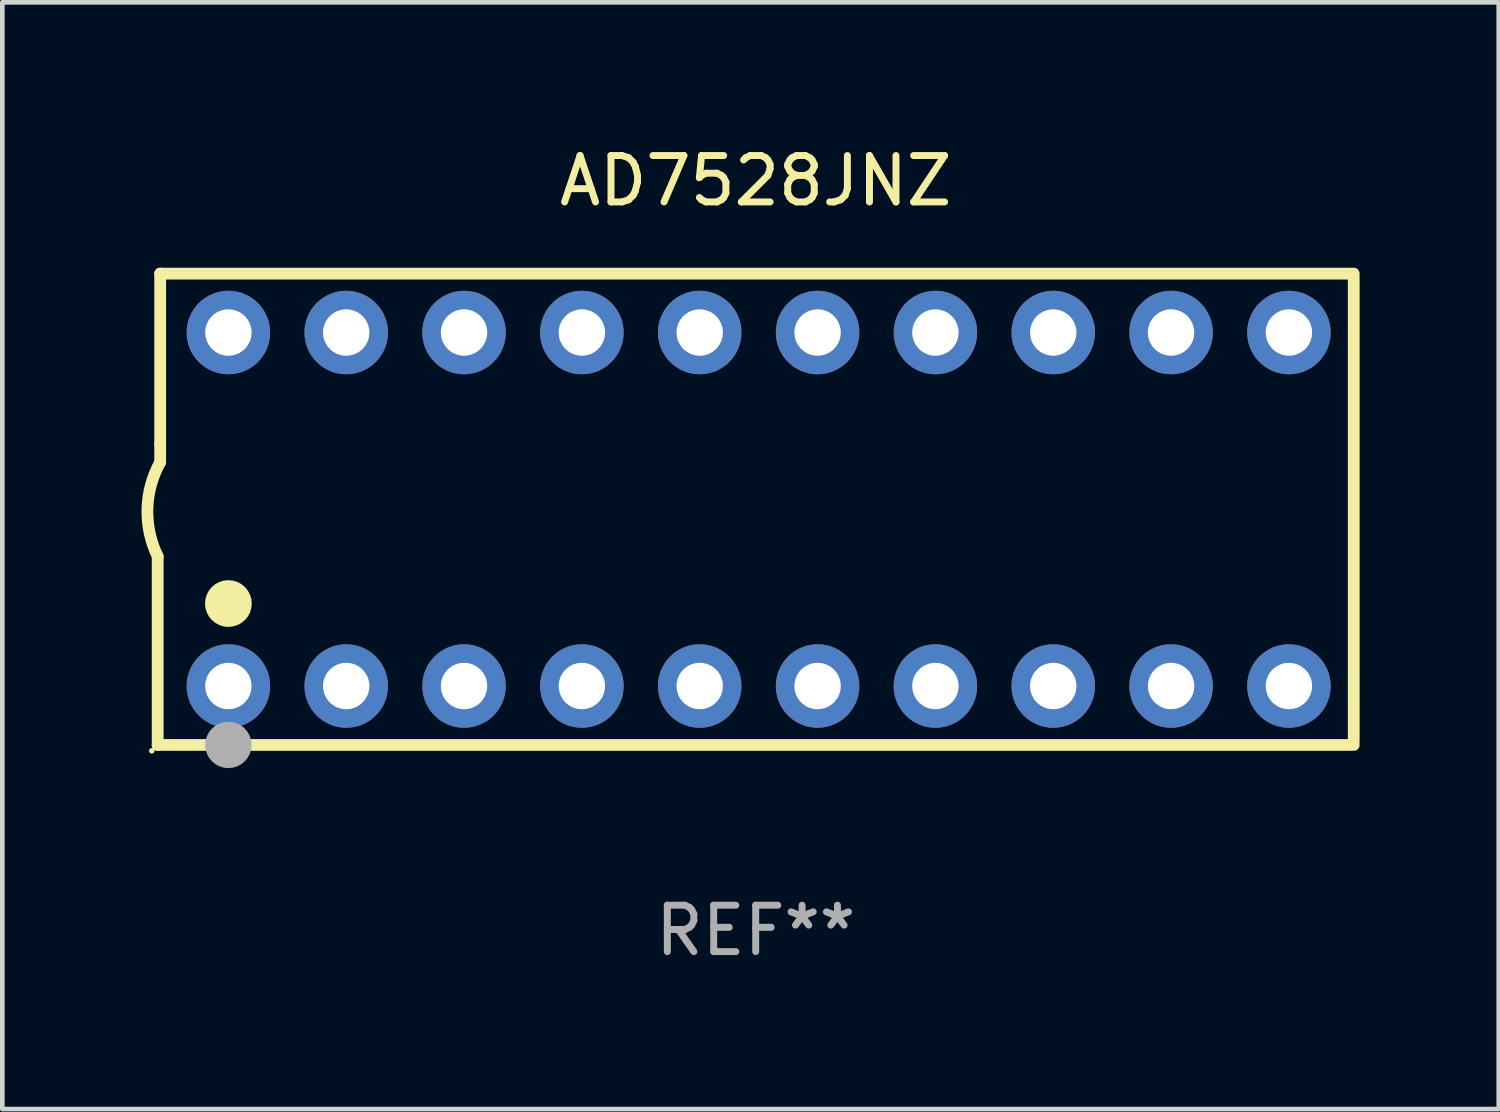
<source format=kicad_pcb>
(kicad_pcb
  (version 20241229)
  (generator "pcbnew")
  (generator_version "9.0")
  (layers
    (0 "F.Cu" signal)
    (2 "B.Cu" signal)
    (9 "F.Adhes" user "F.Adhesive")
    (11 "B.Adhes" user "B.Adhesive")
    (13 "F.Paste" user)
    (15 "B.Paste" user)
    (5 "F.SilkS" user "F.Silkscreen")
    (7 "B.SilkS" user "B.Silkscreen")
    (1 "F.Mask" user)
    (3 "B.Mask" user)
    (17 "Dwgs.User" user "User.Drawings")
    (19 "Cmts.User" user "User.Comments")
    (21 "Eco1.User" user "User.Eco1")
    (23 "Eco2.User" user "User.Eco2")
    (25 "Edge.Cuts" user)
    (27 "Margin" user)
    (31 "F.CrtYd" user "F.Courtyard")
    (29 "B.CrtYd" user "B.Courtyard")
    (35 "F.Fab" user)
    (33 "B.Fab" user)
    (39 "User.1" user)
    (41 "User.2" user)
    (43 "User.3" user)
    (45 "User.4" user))
  (footprint "AD7528JNZ"
    (layer "F.Cu")
    (at 13.24 7.928)
    (property "Reference" "AD7528JNZ" (at 0 -7.08 0) (layer "F.SilkS") (effects (font (size 1 1) (thickness 0.15))))
    (attr through_hole)
    (fp_line (start -12.891 5.08) (end -12.891 1.016) (stroke (width 0.254) (type solid)) (layer "F.SilkS"))
    (fp_line (start -12.891 5.08) (end 12.891 5.08) (stroke (width 0.254) (type solid)) (layer "F.SilkS"))
    (fp_line (start -12.837 -5.08) (end -12.837 -1.397) (stroke (width 0.254) (type solid)) (layer "F.SilkS"))
    (fp_line (start -12.837 -5.08) (end 12.891 -5.08) (stroke (width 0.254) (type solid)) (layer "F.SilkS"))
    (fp_line (start -12.837 -1.397) (end -12.837 -1.016) (stroke (width 0.254) (type solid)) (layer "F.SilkS"))
    (fp_line (start 12.891 -5) (end 12.891 5) (stroke (width 0.254) (type solid)) (layer "F.SilkS"))
    (fp_arc (start -12.890526 1.016002) (mid -13.111945 -0.006602) (end -12.836525 -1.016002) (stroke (width 0.254001) (type solid)) (layer "F.SilkS"))
    (fp_circle (center -13.018 5.207) (end -12.988 5.207) (stroke (width 0.06) (type solid)) (fill no) (layer "F.SilkS"))
    (fp_circle (center -11.367 2.032) (end -11.113 2.032) (stroke (width 0.5) (type solid)) (fill no) (layer "F.SilkS"))
    (fp_circle (center -11.367 5.08) (end -11.117 5.08) (stroke (width 0.5) (type solid)) (fill no) (layer "F.Fab"))
    (fp_text user "REF**" (at 0 9.08 0) (layer "F.Fab") (effects (font (size 1 1) (thickness 0.15))))
    (pad "1" thru_hole circle (at -11.367 3.81) (size 1.8 1.8) (drill 1) (layers "*.Cu" "*.Mask"))
    (pad "2" thru_hole circle (at -8.827 3.81) (size 1.8 1.8) (drill 1) (layers "*.Cu" "*.Mask"))
    (pad "3" thru_hole circle (at -6.287 3.81) (size 1.8 1.8) (drill 1) (layers "*.Cu" "*.Mask"))
    (pad "4" thru_hole circle (at -3.747 3.81) (size 1.8 1.8) (drill 1) (layers "*.Cu" "*.Mask"))
    (pad "5" thru_hole circle (at -1.207 3.81) (size 1.8 1.8) (drill 1) (layers "*.Cu" "*.Mask"))
    (pad "6" thru_hole circle (at 1.334 3.81) (size 1.8 1.8) (drill 1) (layers "*.Cu" "*.Mask"))
    (pad "7" thru_hole circle (at 3.874 3.81) (size 1.8 1.8) (drill 1) (layers "*.Cu" "*.Mask"))
    (pad "8" thru_hole circle (at 6.414 3.81) (size 1.8 1.8) (drill 1) (layers "*.Cu" "*.Mask"))
    (pad "9" thru_hole circle (at 8.954 3.81) (size 1.8 1.8) (drill 1) (layers "*.Cu" "*.Mask"))
    (pad "10" thru_hole circle (at 11.494 3.81) (size 1.8 1.8) (drill 1) (layers "*.Cu" "*.Mask"))
    (pad "11" thru_hole circle (at 11.494 -3.81) (size 1.8 1.8) (drill 1) (layers "*.Cu" "*.Mask"))
    (pad "12" thru_hole circle (at 8.954 -3.81) (size 1.8 1.8) (drill 1) (layers "*.Cu" "*.Mask"))
    (pad "13" thru_hole circle (at 6.414 -3.81) (size 1.8 1.8) (drill 1) (layers "*.Cu" "*.Mask"))
    (pad "14" thru_hole circle (at 3.874 -3.81) (size 1.8 1.8) (drill 1) (layers "*.Cu" "*.Mask"))
    (pad "15" thru_hole circle (at 1.334 -3.81) (size 1.8 1.8) (drill 1) (layers "*.Cu" "*.Mask"))
    (pad "16" thru_hole circle (at -1.207 -3.81) (size 1.8 1.8) (drill 1) (layers "*.Cu" "*.Mask"))
    (pad "17" thru_hole circle (at -3.747 -3.81) (size 1.8 1.8) (drill 1) (layers "*.Cu" "*.Mask"))
    (pad "18" thru_hole circle (at -6.287 -3.81) (size 1.8 1.8) (drill 1) (layers "*.Cu" "*.Mask"))
    (pad "19" thru_hole circle (at -8.827 -3.81) (size 1.8 1.8) (drill 1) (layers "*.Cu" "*.Mask"))
    (pad "20" thru_hole circle (at -11.367 -3.81) (size 1.8 1.8) (drill 1) (layers "*.Cu" "*.Mask")))
  (gr_rect
    (start -3 -3)
    (end 29.257 20.857)
    (stroke (width 0.1) (type default))
    (fill no)
    (layer "Edge.Cuts")))
</source>
